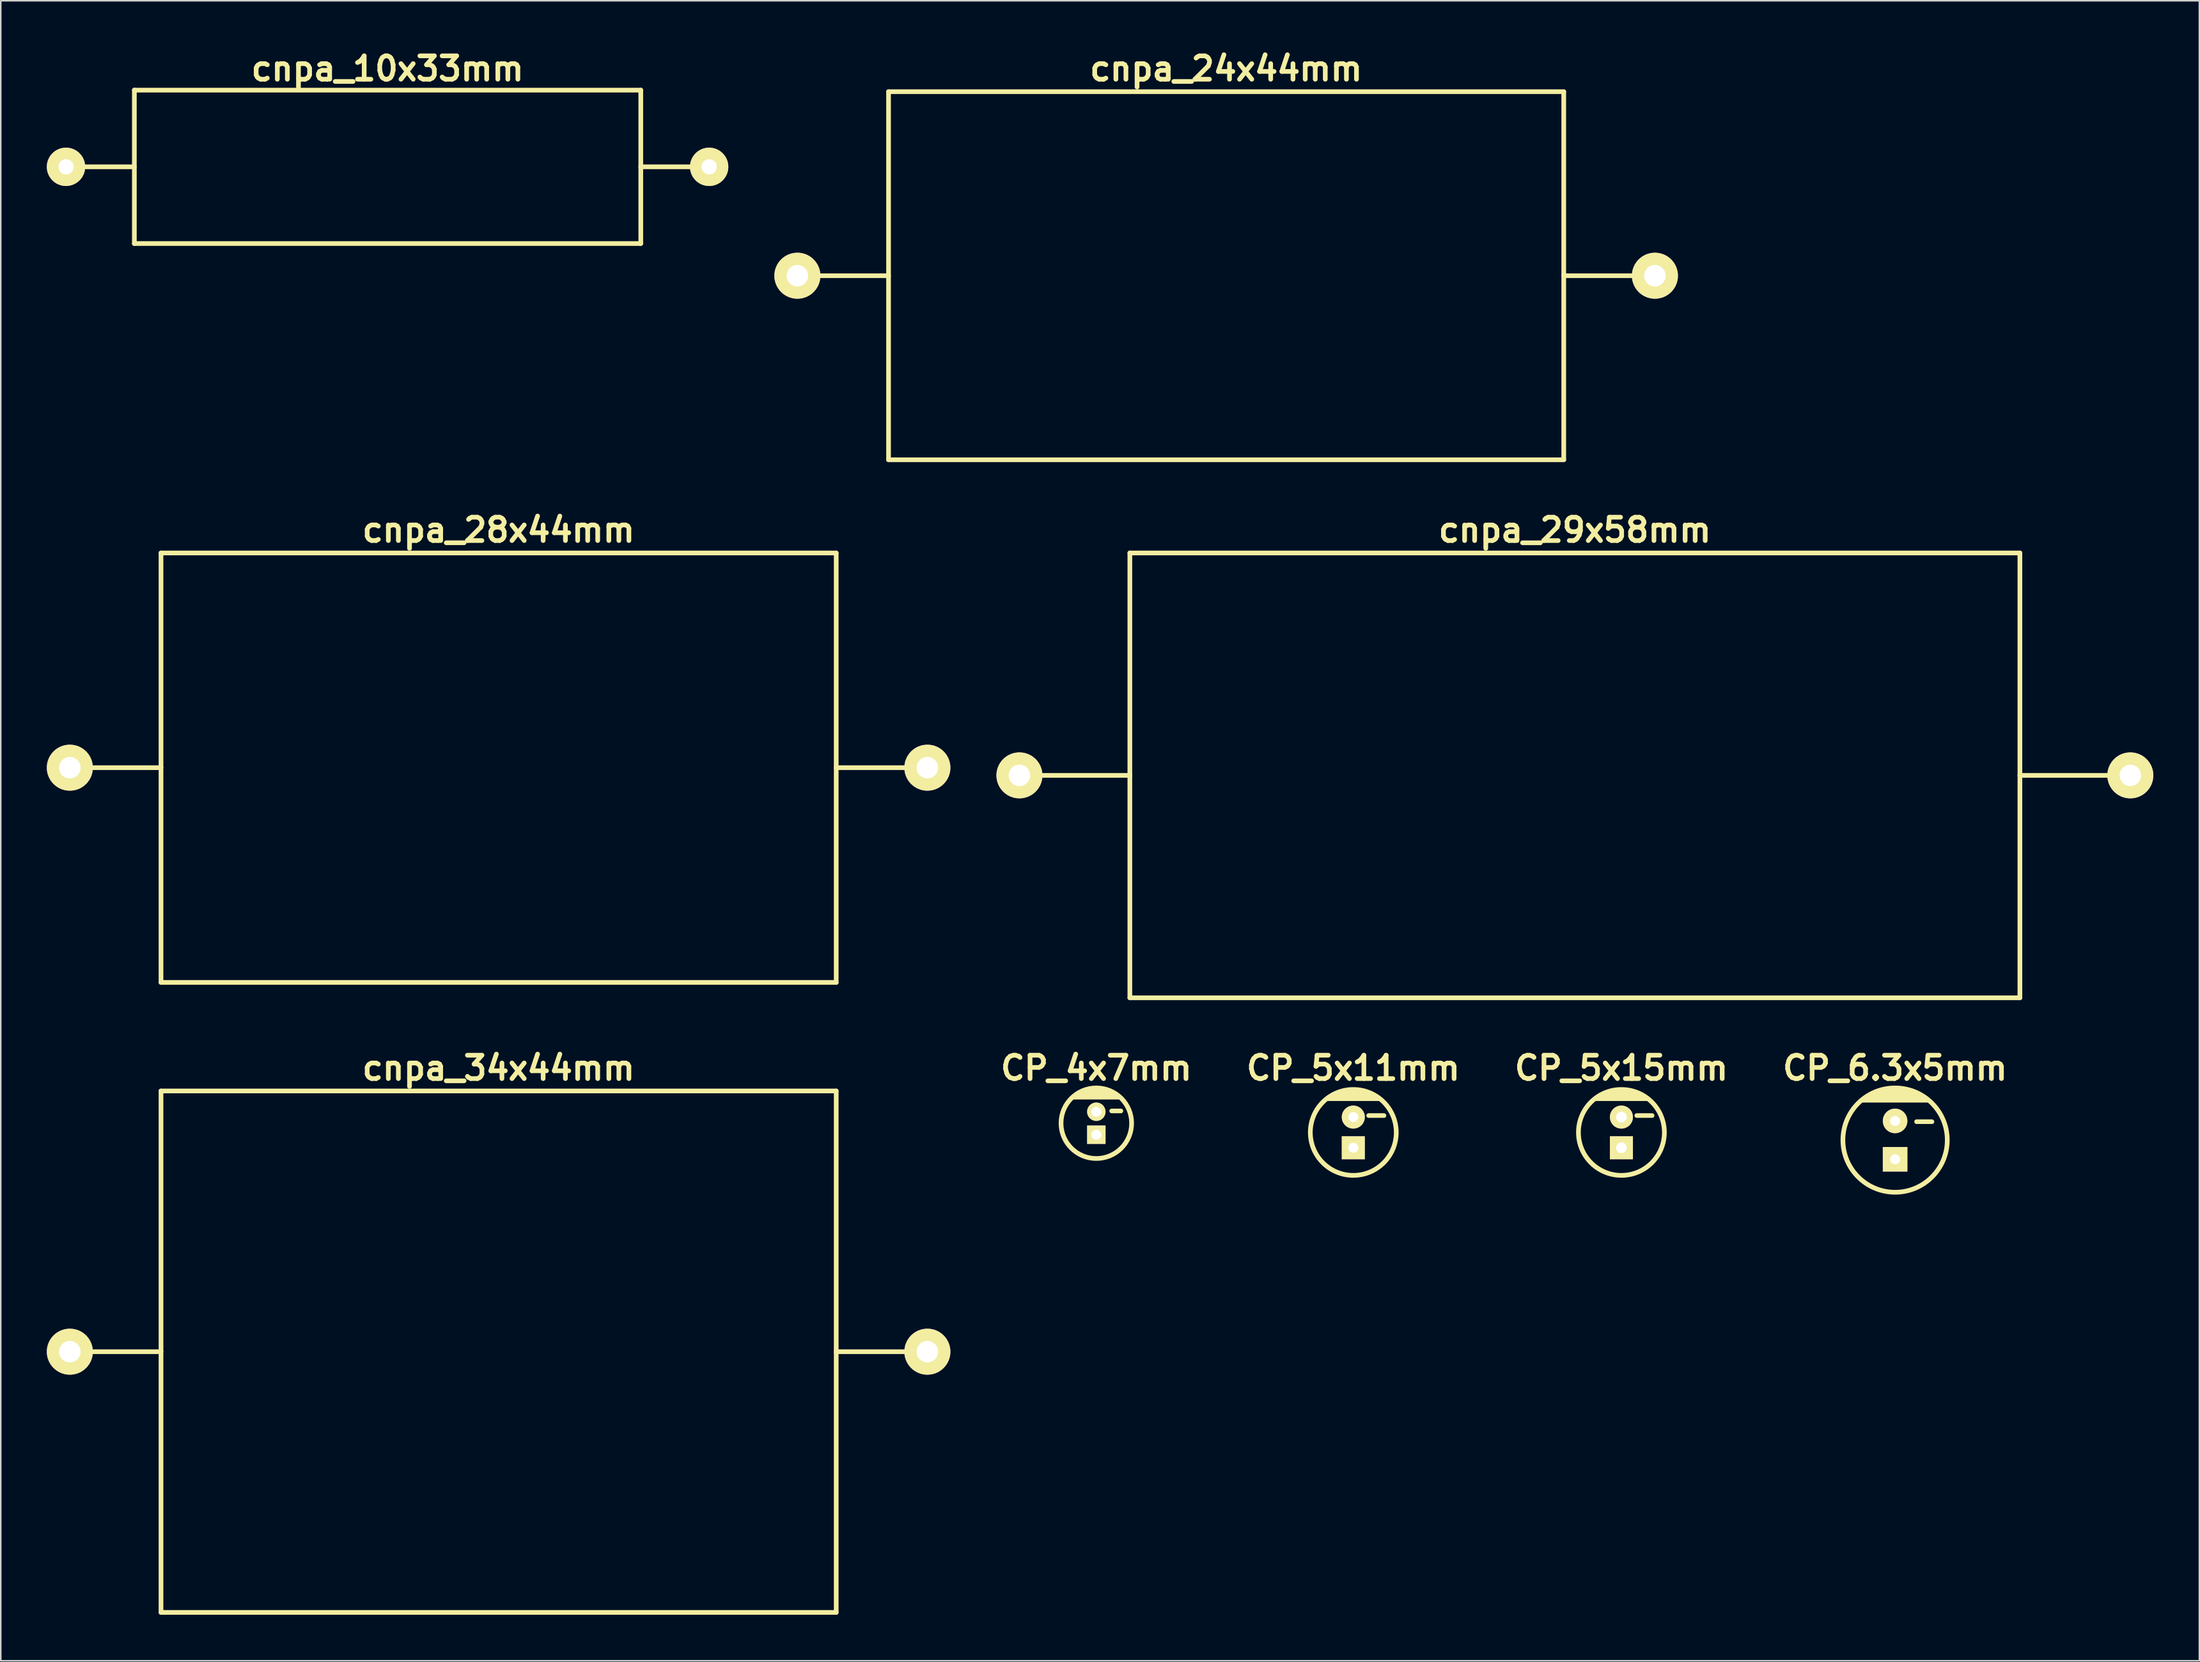
<source format=kicad_pcb>
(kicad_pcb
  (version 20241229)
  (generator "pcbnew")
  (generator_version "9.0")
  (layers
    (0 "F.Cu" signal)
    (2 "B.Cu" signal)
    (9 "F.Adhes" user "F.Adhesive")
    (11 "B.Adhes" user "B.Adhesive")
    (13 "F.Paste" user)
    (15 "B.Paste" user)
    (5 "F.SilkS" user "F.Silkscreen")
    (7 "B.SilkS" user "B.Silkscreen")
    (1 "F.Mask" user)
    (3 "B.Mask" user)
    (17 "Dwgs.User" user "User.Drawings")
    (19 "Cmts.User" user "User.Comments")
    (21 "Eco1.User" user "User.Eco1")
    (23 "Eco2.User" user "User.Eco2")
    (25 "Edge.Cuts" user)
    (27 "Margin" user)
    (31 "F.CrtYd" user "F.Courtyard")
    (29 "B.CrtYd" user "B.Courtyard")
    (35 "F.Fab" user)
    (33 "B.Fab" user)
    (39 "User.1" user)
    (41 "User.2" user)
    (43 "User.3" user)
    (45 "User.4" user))
  (footprint "CP_4x7mm"
    (layer "F.Cu")
    (at 68.389 70.184)
    (property "Reference" "CP_4x7mm" (at 0 -3.6 0) (layer "F.SilkS") (effects (font (size 1.524 1.524) (thickness 0.305))))
    (attr through_hole)
    (fp_line (start -1.5 -1.7) (end 1.5 -1.7) (stroke (width 0.305) (type solid)) (layer "F.SilkS"))
    (fp_line (start -1.2 -1.9) (end 1.2 -1.9) (stroke (width 0.305) (type solid)) (layer "F.SilkS"))
    (fp_line (start -0.7 -2.1) (end 0.7 -2.1) (stroke (width 0.305) (type solid)) (layer "F.SilkS"))
    (fp_line (start 1 -0.8) (end 1.6 -0.8) (stroke (width 0.3) (type solid)) (layer "F.SilkS"))
    (fp_circle (center 0 0) (end -2.3 0) (stroke (width 0.305) (type solid)) (fill no) (layer "F.SilkS"))
    (pad "1" thru_hole rect (at 0 0.75) (size 1.2 1.2) (drill 0.65) (layers "*.Cu" "*.Mask" "F.SilkS"))
    (pad "2" thru_hole circle (at 0 -0.75) (size 1.2 1.2) (drill 0.65) (layers "*.Cu" "*.Mask" "F.SilkS")))
  (footprint "cnpa_29x58mm"
    (layer "F.Cu")
    (at 99.573 47.504)
    (property "Reference" "cnpa_29x58mm" (at 0 -15.999 0) (layer "F.SilkS") (effects (font (size 1.524 1.524) (thickness 0.305))))
    (attr through_hole)
    (fp_line (start -28.999 -14.501) (end 28.999 -14.501) (stroke (width 0.305) (type solid)) (layer "F.SilkS"))
    (fp_line (start -28.999 0) (end -36.5 0) (stroke (width 0.305) (type solid)) (layer "F.SilkS"))
    (fp_line (start -28.999 14.501) (end -28.999 -14.501) (stroke (width 0.305) (type solid)) (layer "F.SilkS"))
    (fp_line (start 28.999 -14.501) (end 28.999 14.501) (stroke (width 0.305) (type solid)) (layer "F.SilkS"))
    (fp_line (start 28.999 0) (end 36.5 0) (stroke (width 0.305) (type solid)) (layer "F.SilkS"))
    (fp_line (start 28.999 14.501) (end -28.999 14.501) (stroke (width 0.305) (type solid)) (layer "F.SilkS"))
    (pad "1" thru_hole circle (at 36.195 0) (size 2.997 2.997) (drill 1.397) (layers "*.Cu" "*.Mask" "F.SilkS"))
    (pad "2" thru_hole circle (at -36.195 0) (size 2.997 2.997) (drill 1.397) (layers "*.Cu" "*.Mask" "F.SilkS")))
  (footprint "CP_5x11mm"
    (layer "F.Cu")
    (at 85.134 70.784)
    (property "Reference" "CP_5x11mm" (at 0 -4.2 0) (layer "F.SilkS") (effects (font (size 1.524 1.524) (thickness 0.305))))
    (attr through_hole)
    (fp_line (start -1.7 -2.2) (end 1.7 -2.2) (stroke (width 0.305) (type solid)) (layer "F.SilkS"))
    (fp_line (start -1.3 -2.4) (end 1.3 -2.4) (stroke (width 0.305) (type solid)) (layer "F.SilkS"))
    (fp_line (start -0.8 -2.6) (end 0.8 -2.6) (stroke (width 0.305) (type solid)) (layer "F.SilkS"))
    (fp_line (start 1 -1.1) (end 2 -1.1) (stroke (width 0.3) (type solid)) (layer "F.SilkS"))
    (fp_circle (center 0 0) (end 2.8 0) (stroke (width 0.305) (type solid)) (fill no) (layer "F.SilkS"))
    (pad "1" thru_hole rect (at 0 1) (size 1.5 1.5) (drill 0.65) (layers "*.Cu" "*.Mask" "F.SilkS"))
    (pad "2" thru_hole circle (at 0 -1) (size 1.5 1.5) (drill 0.65) (layers "*.Cu" "*.Mask" "F.SilkS")))
  (footprint "cnpa_10x33mm"
    (layer "F.Cu")
    (at 22.205 7.827)
    (property "Reference" "cnpa_10x33mm" (at 0 -6.401 0) (layer "F.SilkS") (effects (font (size 1.524 1.524) (thickness 0.305))))
    (attr through_hole)
    (fp_line (start -16.5 -5.001) (end 16.5 -5.001) (stroke (width 0.305) (type solid)) (layer "F.SilkS"))
    (fp_line (start -16.5 0) (end -21.001 0) (stroke (width 0.305) (type solid)) (layer "F.SilkS"))
    (fp_line (start -16.5 5.001) (end -16.5 -5.001) (stroke (width 0.305) (type solid)) (layer "F.SilkS"))
    (fp_line (start 16.5 -5.001) (end 16.5 5.001) (stroke (width 0.305) (type solid)) (layer "F.SilkS"))
    (fp_line (start 16.5 5.001) (end -16.5 5.001) (stroke (width 0.305) (type solid)) (layer "F.SilkS"))
    (fp_line (start 20.998 0) (end 16.497 0) (stroke (width 0.305) (type solid)) (layer "F.SilkS"))
    (pad "1" thru_hole circle (at 20.955 0) (size 2.499 2.499) (drill 0.996) (layers "*.Cu" "*.Mask" "F.SilkS"))
    (pad "2" thru_hole circle (at -20.955 0) (size 2.499 2.499) (drill 0.996) (layers "*.Cu" "*.Mask" "F.SilkS")))
  (footprint "cnpa_34x44mm"
    (layer "F.Cu")
    (at 29.44 85.08)
    (property "Reference" "cnpa_34x44mm" (at 0 -18.496 0) (layer "F.SilkS") (effects (font (size 1.524 1.524) (thickness 0.305))))
    (attr through_hole)
    (fp_line (start -21.999 -17) (end -21.999 17) (stroke (width 0.305) (type solid)) (layer "F.SilkS"))
    (fp_line (start -21.999 0) (end -28.001 0) (stroke (width 0.305) (type solid)) (layer "F.SilkS"))
    (fp_line (start -21.999 17) (end 21.999 17) (stroke (width 0.305) (type solid)) (layer "F.SilkS"))
    (fp_line (start 21.999 -17) (end -21.999 -17) (stroke (width 0.305) (type solid)) (layer "F.SilkS"))
    (fp_line (start 21.999 0) (end 28.001 0) (stroke (width 0.305) (type solid)) (layer "F.SilkS"))
    (fp_line (start 21.999 17) (end 21.999 -17) (stroke (width 0.305) (type solid)) (layer "F.SilkS"))
    (pad "1" thru_hole circle (at 27.94 0) (size 3 3) (drill 1.4) (layers "*.Cu" "*.Mask" "F.SilkS"))
    (pad "2" thru_hole circle (at -27.94 0) (size 3 3) (drill 1.4) (layers "*.Cu" "*.Mask" "F.SilkS")))
  (footprint "cnpa_24x44mm"
    (layer "F.Cu")
    (at 76.849 14.927)
    (property "Reference" "cnpa_24x44mm" (at 0 -13.5 0) (layer "F.SilkS") (effects (font (size 1.524 1.524) (thickness 0.305))))
    (attr through_hole)
    (fp_line (start -21.999 0) (end -28.001 0) (stroke (width 0.305) (type solid)) (layer "F.SilkS"))
    (fp_line (start -21.999 11.999) (end -21.999 -11.999) (stroke (width 0.305) (type solid)) (layer "F.SilkS"))
    (fp_line (start -21.999 11.999) (end 21.999 11.999) (stroke (width 0.305) (type solid)) (layer "F.SilkS"))
    (fp_line (start 21.999 -11.999) (end -21.999 -11.999) (stroke (width 0.305) (type solid)) (layer "F.SilkS"))
    (fp_line (start 21.999 -11.999) (end 21.999 11.999) (stroke (width 0.305) (type solid)) (layer "F.SilkS"))
    (fp_line (start 21.999 0) (end 28.001 0) (stroke (width 0.305) (type solid)) (layer "F.SilkS"))
    (pad "1" thru_hole circle (at 27.94 0) (size 3 3) (drill 1.4) (layers "*.Cu" "*.Mask" "F.SilkS"))
    (pad "2" thru_hole circle (at -27.94 0) (size 3 3) (drill 1.4) (layers "*.Cu" "*.Mask" "F.SilkS")))
  (footprint "CP_6.3x5mm"
    (layer "F.Cu")
    (at 120.439 71.284)
    (property "Reference" "CP_6.3x5mm" (at 0 -4.7 0) (layer "F.SilkS") (effects (font (size 1.524 1.524) (thickness 0.305))))
    (attr through_hole)
    (fp_line (start -2.1 -2.6) (end 2.1 -2.6) (stroke (width 0.305) (type solid)) (layer "F.SilkS"))
    (fp_line (start -1.8 -2.8) (end 1.8 -2.8) (stroke (width 0.305) (type solid)) (layer "F.SilkS"))
    (fp_line (start -1.4 -3) (end 1.4 -3) (stroke (width 0.305) (type solid)) (layer "F.SilkS"))
    (fp_line (start -0.8 -3.2) (end 0.9 -3.2) (stroke (width 0.305) (type solid)) (layer "F.SilkS"))
    (fp_line (start 1.4 -1.2) (end 2.4 -1.2) (stroke (width 0.3) (type solid)) (layer "F.SilkS"))
    (fp_circle (center 0 0) (end -3.4 0) (stroke (width 0.305) (type solid)) (fill no) (layer "F.SilkS"))
    (pad "1" thru_hole rect (at 0 1.25) (size 1.6 1.6) (drill 0.65) (layers "*.Cu" "*.Mask" "F.SilkS"))
    (pad "2" thru_hole circle (at 0 -1.25) (size 1.6 1.6) (drill 0.65) (layers "*.Cu" "*.Mask" "F.SilkS")))
  (footprint "cnpa_28x44mm"
    (layer "F.Cu")
    (at 29.44 47.003)
    (property "Reference" "cnpa_28x44mm" (at 0 -15.499 0) (layer "F.SilkS") (effects (font (size 1.524 1.524) (thickness 0.305))))
    (attr through_hole)
    (fp_line (start -21.999 -14) (end -21.999 14) (stroke (width 0.305) (type solid)) (layer "F.SilkS"))
    (fp_line (start -21.999 0) (end -28.001 0) (stroke (width 0.305) (type solid)) (layer "F.SilkS"))
    (fp_line (start -21.999 14) (end 21.999 14) (stroke (width 0.305) (type solid)) (layer "F.SilkS"))
    (fp_line (start 21.999 -14) (end -21.999 -14) (stroke (width 0.305) (type solid)) (layer "F.SilkS"))
    (fp_line (start 21.999 0) (end 28.001 0) (stroke (width 0.305) (type solid)) (layer "F.SilkS"))
    (fp_line (start 21.999 14) (end 21.999 -14) (stroke (width 0.305) (type solid)) (layer "F.SilkS"))
    (pad "1" thru_hole circle (at 27.94 0) (size 3 3) (drill 1.4) (layers "*.Cu" "*.Mask" "F.SilkS"))
    (pad "2" thru_hole circle (at -27.94 0) (size 3 3) (drill 1.4) (layers "*.Cu" "*.Mask" "F.SilkS")))
  (footprint "CP_5x15mm"
    (layer "F.Cu")
    (at 102.605 70.784)
    (property "Reference" "CP_5x15mm" (at 0 -4.2 0) (layer "F.SilkS") (effects (font (size 1.524 1.524) (thickness 0.305))))
    (attr through_hole)
    (fp_line (start -1.7 -2.2) (end 1.7 -2.2) (stroke (width 0.305) (type solid)) (layer "F.SilkS"))
    (fp_line (start -1.3 -2.4) (end 1.3 -2.4) (stroke (width 0.305) (type solid)) (layer "F.SilkS"))
    (fp_line (start -0.8 -2.6) (end 0.8 -2.6) (stroke (width 0.305) (type solid)) (layer "F.SilkS"))
    (fp_line (start 1 -1.1) (end 2 -1.1) (stroke (width 0.3) (type solid)) (layer "F.SilkS"))
    (fp_circle (center 0 0) (end 2.8 0) (stroke (width 0.305) (type solid)) (fill no) (layer "F.SilkS"))
    (pad "1" thru_hole rect (at 0 1) (size 1.5 1.5) (drill 0.7) (layers "*.Cu" "*.Mask" "F.SilkS"))
    (pad "2" thru_hole circle (at 0 -1) (size 1.5 1.5) (drill 0.7) (layers "*.Cu" "*.Mask" "F.SilkS")))
  (gr_rect
    (start -3 -3)
    (end 140.267 105.232)
    (stroke (width 0.1) (type default))
    (fill no)
    (layer "Edge.Cuts")))
</source>
